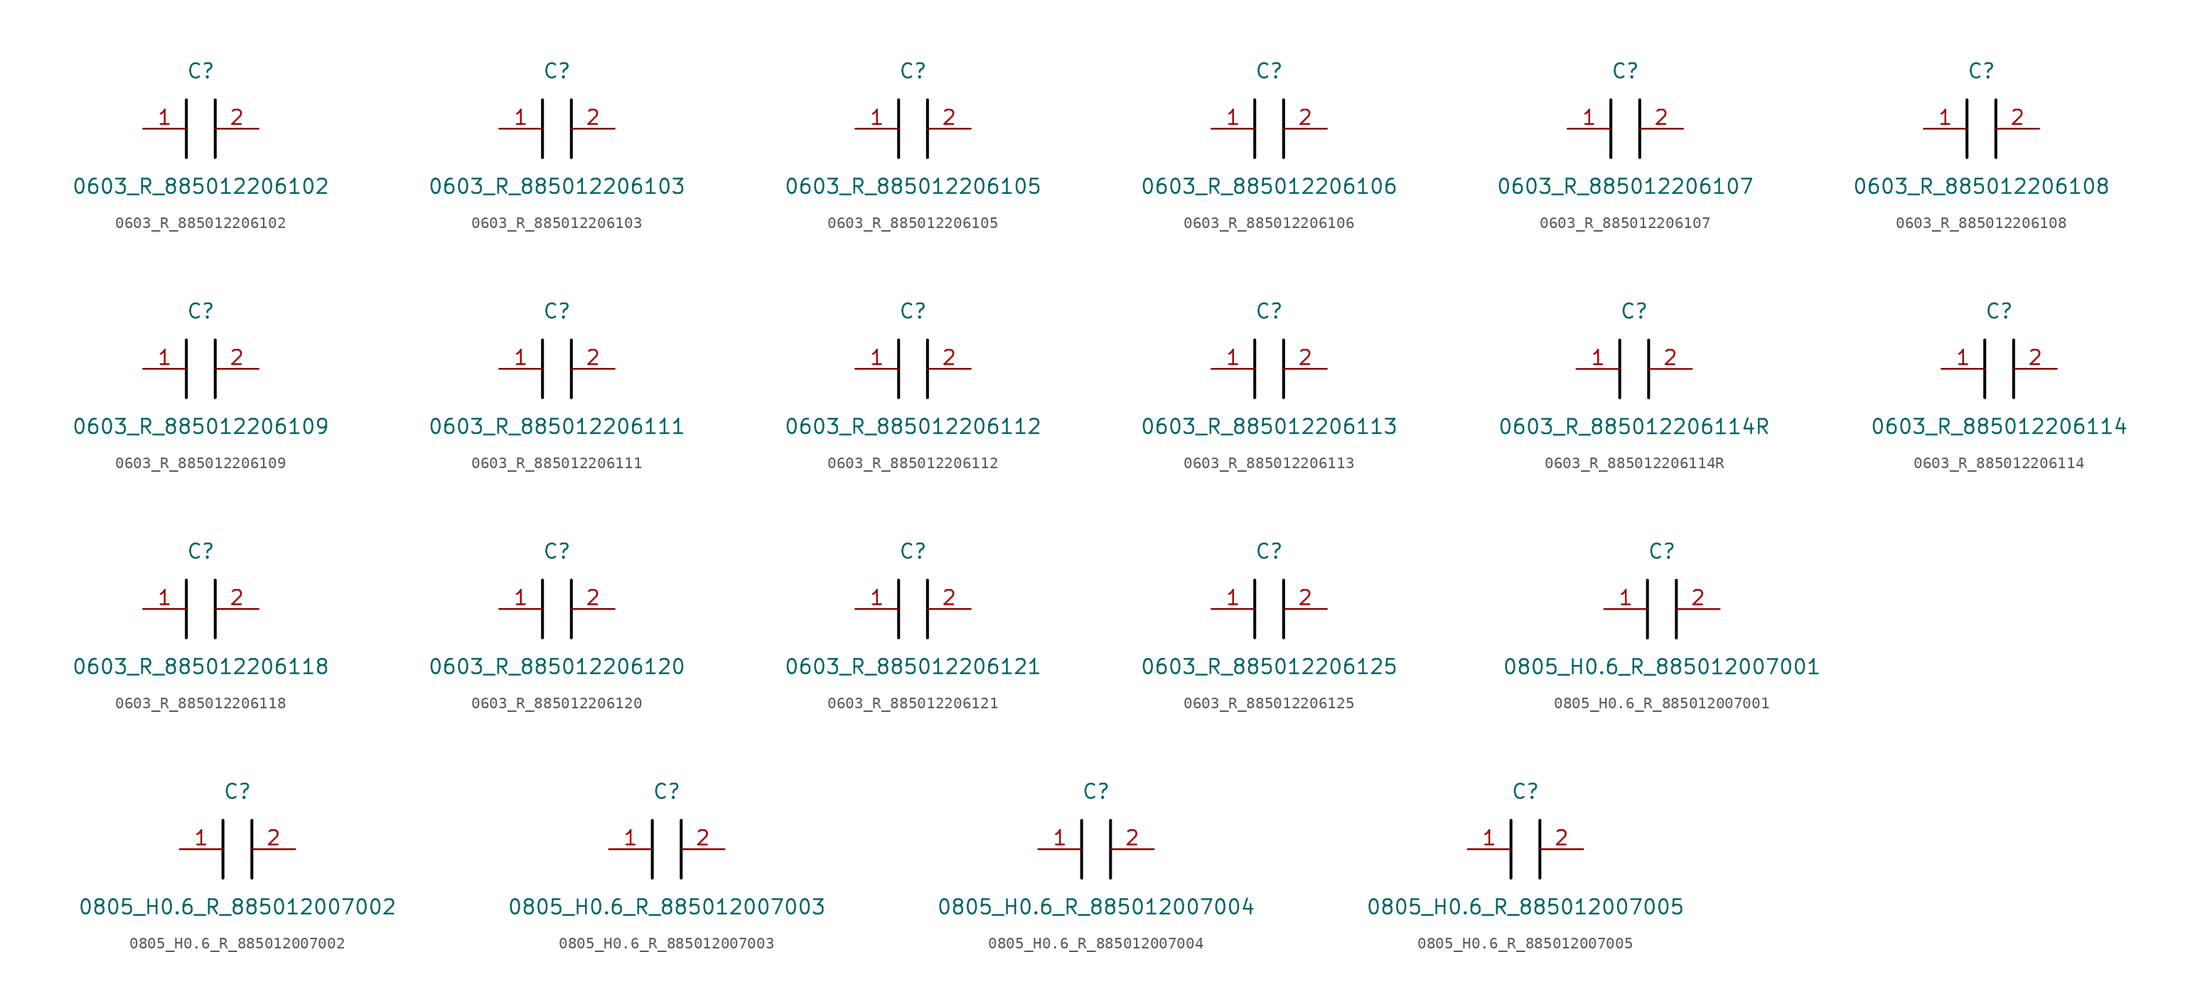
<source format=kicad_sym>
(kicad_symbol_lib
  (version 20220914)
  (generator kicad_symbol_editor)
  (symbol "0603_R_885012206102"
    (pin_names hide)
    (property "Reference" "C"
      (at 0 5.08 0)
      (effects (font (size 1.27 1.27))))
    (property "Value" "0603_R_885012206102"
      (at 0 -5.08 0)
      (effects (font (size 1.27 1.27))))
    (symbol "0603_R_885012206102_1_1"
      (polyline (pts (xy -1.27 2.54) (xy -1.27 -2.54)) (stroke (width 0.254) (type default) (color 0 0 0 1)) (fill (type none)))
      (polyline (pts (xy 1.27 2.54) (xy 1.27 -2.54)) (stroke (width 0.254) (type default) (color 0 0 0 1)) (fill (type none)))
      (pin passive line (at -5.08 0 0) (length 3.81) (name "1" (effects (font (size 1.27 1.27)))) (number "1" (effects (font (size 1.27 1.27)))))
      (pin passive line (at 5.08 0 180) (length 3.81) (name "2" (effects (font (size 1.27 1.27)))) (number "2" (effects (font (size 1.27 1.27)))))))
  (symbol "0603_R_885012206103"
    (pin_names hide)
    (property "Reference" "C"
      (at 0 5.08 0)
      (effects (font (size 1.27 1.27))))
    (property "Value" "0603_R_885012206103"
      (at 0 -5.08 0)
      (effects (font (size 1.27 1.27))))
    (symbol "0603_R_885012206103_1_1"
      (polyline (pts (xy -1.27 2.54) (xy -1.27 -2.54)) (stroke (width 0.254) (type default) (color 0 0 0 1)) (fill (type none)))
      (polyline (pts (xy 1.27 2.54) (xy 1.27 -2.54)) (stroke (width 0.254) (type default) (color 0 0 0 1)) (fill (type none)))
      (pin passive line (at -5.08 0 0) (length 3.81) (name "1" (effects (font (size 1.27 1.27)))) (number "1" (effects (font (size 1.27 1.27)))))
      (pin passive line (at 5.08 0 180) (length 3.81) (name "2" (effects (font (size 1.27 1.27)))) (number "2" (effects (font (size 1.27 1.27)))))))
  (symbol "0603_R_885012206105"
    (pin_names hide)
    (property "Reference" "C"
      (at 0 5.08 0)
      (effects (font (size 1.27 1.27))))
    (property "Value" "0603_R_885012206105"
      (at 0 -5.08 0)
      (effects (font (size 1.27 1.27))))
    (symbol "0603_R_885012206105_1_1"
      (polyline (pts (xy -1.27 2.54) (xy -1.27 -2.54)) (stroke (width 0.254) (type default) (color 0 0 0 1)) (fill (type none)))
      (polyline (pts (xy 1.27 2.54) (xy 1.27 -2.54)) (stroke (width 0.254) (type default) (color 0 0 0 1)) (fill (type none)))
      (pin passive line (at -5.08 0 0) (length 3.81) (name "1" (effects (font (size 1.27 1.27)))) (number "1" (effects (font (size 1.27 1.27)))))
      (pin passive line (at 5.08 0 180) (length 3.81) (name "2" (effects (font (size 1.27 1.27)))) (number "2" (effects (font (size 1.27 1.27)))))))
  (symbol "0603_R_885012206106"
    (pin_names hide)
    (property "Reference" "C"
      (at 0 5.08 0)
      (effects (font (size 1.27 1.27))))
    (property "Value" "0603_R_885012206106"
      (at 0 -5.08 0)
      (effects (font (size 1.27 1.27))))
    (symbol "0603_R_885012206106_1_1"
      (polyline (pts (xy -1.27 2.54) (xy -1.27 -2.54)) (stroke (width 0.254) (type default) (color 0 0 0 1)) (fill (type none)))
      (polyline (pts (xy 1.27 2.54) (xy 1.27 -2.54)) (stroke (width 0.254) (type default) (color 0 0 0 1)) (fill (type none)))
      (pin passive line (at -5.08 0 0) (length 3.81) (name "1" (effects (font (size 1.27 1.27)))) (number "1" (effects (font (size 1.27 1.27)))))
      (pin passive line (at 5.08 0 180) (length 3.81) (name "2" (effects (font (size 1.27 1.27)))) (number "2" (effects (font (size 1.27 1.27)))))))
  (symbol "0603_R_885012206107"
    (pin_names hide)
    (property "Reference" "C"
      (at 0 5.08 0)
      (effects (font (size 1.27 1.27))))
    (property "Value" "0603_R_885012206107"
      (at 0 -5.08 0)
      (effects (font (size 1.27 1.27))))
    (symbol "0603_R_885012206107_1_1"
      (polyline (pts (xy -1.27 2.54) (xy -1.27 -2.54)) (stroke (width 0.254) (type default) (color 0 0 0 1)) (fill (type none)))
      (polyline (pts (xy 1.27 2.54) (xy 1.27 -2.54)) (stroke (width 0.254) (type default) (color 0 0 0 1)) (fill (type none)))
      (pin passive line (at -5.08 0 0) (length 3.81) (name "1" (effects (font (size 1.27 1.27)))) (number "1" (effects (font (size 1.27 1.27)))))
      (pin passive line (at 5.08 0 180) (length 3.81) (name "2" (effects (font (size 1.27 1.27)))) (number "2" (effects (font (size 1.27 1.27)))))))
  (symbol "0603_R_885012206108"
    (pin_names hide)
    (property "Reference" "C"
      (at 0 5.08 0)
      (effects (font (size 1.27 1.27))))
    (property "Value" "0603_R_885012206108"
      (at 0 -5.08 0)
      (effects (font (size 1.27 1.27))))
    (symbol "0603_R_885012206108_1_1"
      (polyline (pts (xy -1.27 2.54) (xy -1.27 -2.54)) (stroke (width 0.254) (type default) (color 0 0 0 1)) (fill (type none)))
      (polyline (pts (xy 1.27 2.54) (xy 1.27 -2.54)) (stroke (width 0.254) (type default) (color 0 0 0 1)) (fill (type none)))
      (pin passive line (at -5.08 0 0) (length 3.81) (name "1" (effects (font (size 1.27 1.27)))) (number "1" (effects (font (size 1.27 1.27)))))
      (pin passive line (at 5.08 0 180) (length 3.81) (name "2" (effects (font (size 1.27 1.27)))) (number "2" (effects (font (size 1.27 1.27)))))))
  (symbol "0603_R_885012206109"
    (pin_names hide)
    (property "Reference" "C"
      (at 0 5.08 0)
      (effects (font (size 1.27 1.27))))
    (property "Value" "0603_R_885012206109"
      (at 0 -5.08 0)
      (effects (font (size 1.27 1.27))))
    (symbol "0603_R_885012206109_1_1"
      (polyline (pts (xy -1.27 2.54) (xy -1.27 -2.54)) (stroke (width 0.254) (type default) (color 0 0 0 1)) (fill (type none)))
      (polyline (pts (xy 1.27 2.54) (xy 1.27 -2.54)) (stroke (width 0.254) (type default) (color 0 0 0 1)) (fill (type none)))
      (pin passive line (at -5.08 0 0) (length 3.81) (name "1" (effects (font (size 1.27 1.27)))) (number "1" (effects (font (size 1.27 1.27)))))
      (pin passive line (at 5.08 0 180) (length 3.81) (name "2" (effects (font (size 1.27 1.27)))) (number "2" (effects (font (size 1.27 1.27)))))))
  (symbol "0603_R_885012206111"
    (pin_names hide)
    (property "Reference" "C"
      (at 0 5.08 0)
      (effects (font (size 1.27 1.27))))
    (property "Value" "0603_R_885012206111"
      (at 0 -5.08 0)
      (effects (font (size 1.27 1.27))))
    (symbol "0603_R_885012206111_1_1"
      (polyline (pts (xy -1.27 2.54) (xy -1.27 -2.54)) (stroke (width 0.254) (type default) (color 0 0 0 1)) (fill (type none)))
      (polyline (pts (xy 1.27 2.54) (xy 1.27 -2.54)) (stroke (width 0.254) (type default) (color 0 0 0 1)) (fill (type none)))
      (pin passive line (at -5.08 0 0) (length 3.81) (name "1" (effects (font (size 1.27 1.27)))) (number "1" (effects (font (size 1.27 1.27)))))
      (pin passive line (at 5.08 0 180) (length 3.81) (name "2" (effects (font (size 1.27 1.27)))) (number "2" (effects (font (size 1.27 1.27)))))))
  (symbol "0603_R_885012206112"
    (pin_names hide)
    (property "Reference" "C"
      (at 0 5.08 0)
      (effects (font (size 1.27 1.27))))
    (property "Value" "0603_R_885012206112"
      (at 0 -5.08 0)
      (effects (font (size 1.27 1.27))))
    (symbol "0603_R_885012206112_1_1"
      (polyline (pts (xy -1.27 2.54) (xy -1.27 -2.54)) (stroke (width 0.254) (type default) (color 0 0 0 1)) (fill (type none)))
      (polyline (pts (xy 1.27 2.54) (xy 1.27 -2.54)) (stroke (width 0.254) (type default) (color 0 0 0 1)) (fill (type none)))
      (pin passive line (at -5.08 0 0) (length 3.81) (name "1" (effects (font (size 1.27 1.27)))) (number "1" (effects (font (size 1.27 1.27)))))
      (pin passive line (at 5.08 0 180) (length 3.81) (name "2" (effects (font (size 1.27 1.27)))) (number "2" (effects (font (size 1.27 1.27)))))))
  (symbol "0603_R_885012206113"
    (pin_names hide)
    (property "Reference" "C"
      (at 0 5.08 0)
      (effects (font (size 1.27 1.27))))
    (property "Value" "0603_R_885012206113"
      (at 0 -5.08 0)
      (effects (font (size 1.27 1.27))))
    (symbol "0603_R_885012206113_1_1"
      (polyline (pts (xy -1.27 2.54) (xy -1.27 -2.54)) (stroke (width 0.254) (type default) (color 0 0 0 1)) (fill (type none)))
      (polyline (pts (xy 1.27 2.54) (xy 1.27 -2.54)) (stroke (width 0.254) (type default) (color 0 0 0 1)) (fill (type none)))
      (pin passive line (at -5.08 0 0) (length 3.81) (name "1" (effects (font (size 1.27 1.27)))) (number "1" (effects (font (size 1.27 1.27)))))
      (pin passive line (at 5.08 0 180) (length 3.81) (name "2" (effects (font (size 1.27 1.27)))) (number "2" (effects (font (size 1.27 1.27)))))))
  (symbol "0603_R_885012206114R"
    (pin_names hide)
    (property "Reference" "C"
      (at 0 5.08 0)
      (effects (font (size 1.27 1.27))))
    (property "Value" "0603_R_885012206114R"
      (at 0 -5.08 0)
      (effects (font (size 1.27 1.27))))
    (symbol "0603_R_885012206114R_1_1"
      (polyline (pts (xy -1.27 2.54) (xy -1.27 -2.54)) (stroke (width 0.254) (type default) (color 0 0 0 1)) (fill (type none)))
      (polyline (pts (xy 1.27 2.54) (xy 1.27 -2.54)) (stroke (width 0.254) (type default) (color 0 0 0 1)) (fill (type none)))
      (pin passive line (at -5.08 0 0) (length 3.81) (name "1" (effects (font (size 1.27 1.27)))) (number "1" (effects (font (size 1.27 1.27)))))
      (pin passive line (at 5.08 0 180) (length 3.81) (name "2" (effects (font (size 1.27 1.27)))) (number "2" (effects (font (size 1.27 1.27)))))))
  (symbol "0603_R_885012206114"
    (pin_names hide)
    (property "Reference" "C"
      (at 0 5.08 0)
      (effects (font (size 1.27 1.27))))
    (property "Value" "0603_R_885012206114"
      (at 0 -5.08 0)
      (effects (font (size 1.27 1.27))))
    (symbol "0603_R_885012206114_1_1"
      (polyline (pts (xy -1.27 2.54) (xy -1.27 -2.54)) (stroke (width 0.254) (type default) (color 0 0 0 1)) (fill (type none)))
      (polyline (pts (xy 1.27 2.54) (xy 1.27 -2.54)) (stroke (width 0.254) (type default) (color 0 0 0 1)) (fill (type none)))
      (pin passive line (at -5.08 0 0) (length 3.81) (name "1" (effects (font (size 1.27 1.27)))) (number "1" (effects (font (size 1.27 1.27)))))
      (pin passive line (at 5.08 0 180) (length 3.81) (name "2" (effects (font (size 1.27 1.27)))) (number "2" (effects (font (size 1.27 1.27)))))))
  (symbol "0603_R_885012206118"
    (pin_names hide)
    (property "Reference" "C"
      (at 0 5.08 0)
      (effects (font (size 1.27 1.27))))
    (property "Value" "0603_R_885012206118"
      (at 0 -5.08 0)
      (effects (font (size 1.27 1.27))))
    (symbol "0603_R_885012206118_1_1"
      (polyline (pts (xy -1.27 2.54) (xy -1.27 -2.54)) (stroke (width 0.254) (type default) (color 0 0 0 1)) (fill (type none)))
      (polyline (pts (xy 1.27 2.54) (xy 1.27 -2.54)) (stroke (width 0.254) (type default) (color 0 0 0 1)) (fill (type none)))
      (pin passive line (at -5.08 0 0) (length 3.81) (name "1" (effects (font (size 1.27 1.27)))) (number "1" (effects (font (size 1.27 1.27)))))
      (pin passive line (at 5.08 0 180) (length 3.81) (name "2" (effects (font (size 1.27 1.27)))) (number "2" (effects (font (size 1.27 1.27)))))))
  (symbol "0603_R_885012206120"
    (pin_names hide)
    (property "Reference" "C"
      (at 0 5.08 0)
      (effects (font (size 1.27 1.27))))
    (property "Value" "0603_R_885012206120"
      (at 0 -5.08 0)
      (effects (font (size 1.27 1.27))))
    (symbol "0603_R_885012206120_1_1"
      (polyline (pts (xy -1.27 2.54) (xy -1.27 -2.54)) (stroke (width 0.254) (type default) (color 0 0 0 1)) (fill (type none)))
      (polyline (pts (xy 1.27 2.54) (xy 1.27 -2.54)) (stroke (width 0.254) (type default) (color 0 0 0 1)) (fill (type none)))
      (pin passive line (at -5.08 0 0) (length 3.81) (name "1" (effects (font (size 1.27 1.27)))) (number "1" (effects (font (size 1.27 1.27)))))
      (pin passive line (at 5.08 0 180) (length 3.81) (name "2" (effects (font (size 1.27 1.27)))) (number "2" (effects (font (size 1.27 1.27)))))))
  (symbol "0603_R_885012206121"
    (pin_names hide)
    (property "Reference" "C"
      (at 0 5.08 0)
      (effects (font (size 1.27 1.27))))
    (property "Value" "0603_R_885012206121"
      (at 0 -5.08 0)
      (effects (font (size 1.27 1.27))))
    (symbol "0603_R_885012206121_1_1"
      (polyline (pts (xy -1.27 2.54) (xy -1.27 -2.54)) (stroke (width 0.254) (type default) (color 0 0 0 1)) (fill (type none)))
      (polyline (pts (xy 1.27 2.54) (xy 1.27 -2.54)) (stroke (width 0.254) (type default) (color 0 0 0 1)) (fill (type none)))
      (pin passive line (at -5.08 0 0) (length 3.81) (name "1" (effects (font (size 1.27 1.27)))) (number "1" (effects (font (size 1.27 1.27)))))
      (pin passive line (at 5.08 0 180) (length 3.81) (name "2" (effects (font (size 1.27 1.27)))) (number "2" (effects (font (size 1.27 1.27)))))))
  (symbol "0603_R_885012206125"
    (pin_names hide)
    (property "Reference" "C"
      (at 0 5.08 0)
      (effects (font (size 1.27 1.27))))
    (property "Value" "0603_R_885012206125"
      (at 0 -5.08 0)
      (effects (font (size 1.27 1.27))))
    (symbol "0603_R_885012206125_1_1"
      (polyline (pts (xy -1.27 2.54) (xy -1.27 -2.54)) (stroke (width 0.254) (type default) (color 0 0 0 1)) (fill (type none)))
      (polyline (pts (xy 1.27 2.54) (xy 1.27 -2.54)) (stroke (width 0.254) (type default) (color 0 0 0 1)) (fill (type none)))
      (pin passive line (at -5.08 0 0) (length 3.81) (name "1" (effects (font (size 1.27 1.27)))) (number "1" (effects (font (size 1.27 1.27)))))
      (pin passive line (at 5.08 0 180) (length 3.81) (name "2" (effects (font (size 1.27 1.27)))) (number "2" (effects (font (size 1.27 1.27)))))))
  (symbol "0805_H0.6_R_885012007001"
    (pin_names hide)
    (property "Reference" "C"
      (at 0 5.08 0)
      (effects (font (size 1.27 1.27))))
    (property "Value" "0805_H0.6_R_885012007001"
      (at 0 -5.08 0)
      (effects (font (size 1.27 1.27))))
    (symbol "0805_H0.6_R_885012007001_1_1"
      (polyline (pts (xy -1.27 2.54) (xy -1.27 -2.54)) (stroke (width 0.254) (type default) (color 0 0 0 1)) (fill (type none)))
      (polyline (pts (xy 1.27 2.54) (xy 1.27 -2.54)) (stroke (width 0.254) (type default) (color 0 0 0 1)) (fill (type none)))
      (pin passive line (at -5.08 0 0) (length 3.81) (name "1" (effects (font (size 1.27 1.27)))) (number "1" (effects (font (size 1.27 1.27)))))
      (pin passive line (at 5.08 0 180) (length 3.81) (name "2" (effects (font (size 1.27 1.27)))) (number "2" (effects (font (size 1.27 1.27)))))))
  (symbol "0805_H0.6_R_885012007002"
    (pin_names hide)
    (property "Reference" "C"
      (at 0 5.08 0)
      (effects (font (size 1.27 1.27))))
    (property "Value" "0805_H0.6_R_885012007002"
      (at 0 -5.08 0)
      (effects (font (size 1.27 1.27))))
    (symbol "0805_H0.6_R_885012007002_1_1"
      (polyline (pts (xy -1.27 2.54) (xy -1.27 -2.54)) (stroke (width 0.254) (type default) (color 0 0 0 1)) (fill (type none)))
      (polyline (pts (xy 1.27 2.54) (xy 1.27 -2.54)) (stroke (width 0.254) (type default) (color 0 0 0 1)) (fill (type none)))
      (pin passive line (at -5.08 0 0) (length 3.81) (name "1" (effects (font (size 1.27 1.27)))) (number "1" (effects (font (size 1.27 1.27)))))
      (pin passive line (at 5.08 0 180) (length 3.81) (name "2" (effects (font (size 1.27 1.27)))) (number "2" (effects (font (size 1.27 1.27)))))))
  (symbol "0805_H0.6_R_885012007003"
    (pin_names hide)
    (property "Reference" "C"
      (at 0 5.08 0)
      (effects (font (size 1.27 1.27))))
    (property "Value" "0805_H0.6_R_885012007003"
      (at 0 -5.08 0)
      (effects (font (size 1.27 1.27))))
    (symbol "0805_H0.6_R_885012007003_1_1"
      (polyline (pts (xy -1.27 2.54) (xy -1.27 -2.54)) (stroke (width 0.254) (type default) (color 0 0 0 1)) (fill (type none)))
      (polyline (pts (xy 1.27 2.54) (xy 1.27 -2.54)) (stroke (width 0.254) (type default) (color 0 0 0 1)) (fill (type none)))
      (pin passive line (at -5.08 0 0) (length 3.81) (name "1" (effects (font (size 1.27 1.27)))) (number "1" (effects (font (size 1.27 1.27)))))
      (pin passive line (at 5.08 0 180) (length 3.81) (name "2" (effects (font (size 1.27 1.27)))) (number "2" (effects (font (size 1.27 1.27)))))))
  (symbol "0805_H0.6_R_885012007004"
    (pin_names hide)
    (property "Reference" "C"
      (at 0 5.08 0)
      (effects (font (size 1.27 1.27))))
    (property "Value" "0805_H0.6_R_885012007004"
      (at 0 -5.08 0)
      (effects (font (size 1.27 1.27))))
    (symbol "0805_H0.6_R_885012007004_1_1"
      (polyline (pts (xy -1.27 2.54) (xy -1.27 -2.54)) (stroke (width 0.254) (type default) (color 0 0 0 1)) (fill (type none)))
      (polyline (pts (xy 1.27 2.54) (xy 1.27 -2.54)) (stroke (width 0.254) (type default) (color 0 0 0 1)) (fill (type none)))
      (pin passive line (at -5.08 0 0) (length 3.81) (name "1" (effects (font (size 1.27 1.27)))) (number "1" (effects (font (size 1.27 1.27)))))
      (pin passive line (at 5.08 0 180) (length 3.81) (name "2" (effects (font (size 1.27 1.27)))) (number "2" (effects (font (size 1.27 1.27)))))))
  (symbol "0805_H0.6_R_885012007005"
    (pin_names hide)
    (property "Reference" "C"
      (at 0 5.08 0)
      (effects (font (size 1.27 1.27))))
    (property "Value" "0805_H0.6_R_885012007005"
      (at 0 -5.08 0)
      (effects (font (size 1.27 1.27))))
    (symbol "0805_H0.6_R_885012007005_1_1"
      (polyline (pts (xy -1.27 2.54) (xy -1.27 -2.54)) (stroke (width 0.254) (type default) (color 0 0 0 1)) (fill (type none)))
      (polyline (pts (xy 1.27 2.54) (xy 1.27 -2.54)) (stroke (width 0.254) (type default) (color 0 0 0 1)) (fill (type none)))
      (pin passive line (at -5.08 0 0) (length 3.81) (name "1" (effects (font (size 1.27 1.27)))) (number "1" (effects (font (size 1.27 1.27)))))
      (pin passive line (at 5.08 0 180) (length 3.81) (name "2" (effects (font (size 1.27 1.27)))) (number "2" (effects (font (size 1.27 1.27))))))))
</source>
